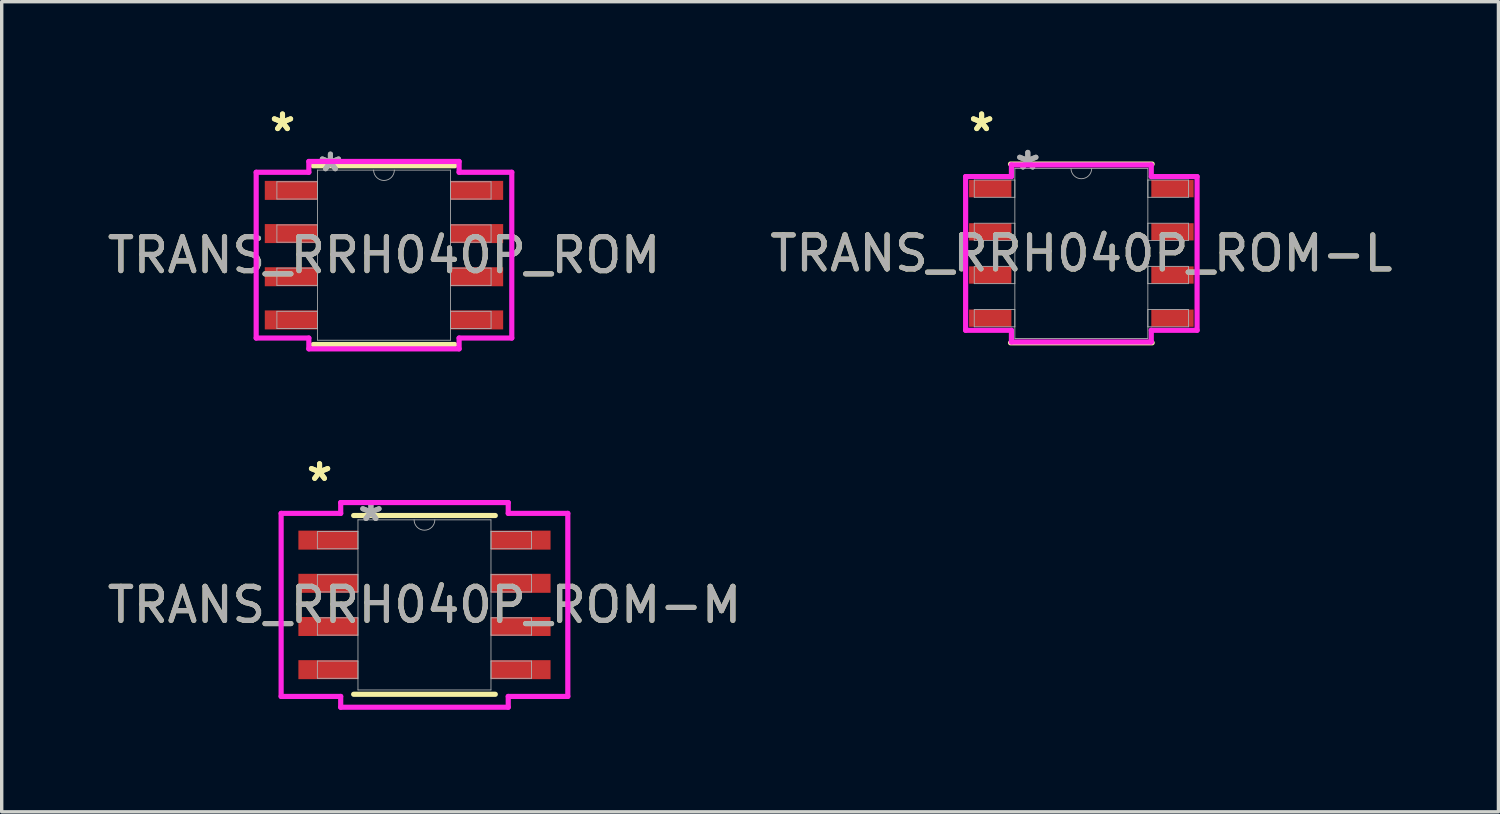
<source format=kicad_pcb>
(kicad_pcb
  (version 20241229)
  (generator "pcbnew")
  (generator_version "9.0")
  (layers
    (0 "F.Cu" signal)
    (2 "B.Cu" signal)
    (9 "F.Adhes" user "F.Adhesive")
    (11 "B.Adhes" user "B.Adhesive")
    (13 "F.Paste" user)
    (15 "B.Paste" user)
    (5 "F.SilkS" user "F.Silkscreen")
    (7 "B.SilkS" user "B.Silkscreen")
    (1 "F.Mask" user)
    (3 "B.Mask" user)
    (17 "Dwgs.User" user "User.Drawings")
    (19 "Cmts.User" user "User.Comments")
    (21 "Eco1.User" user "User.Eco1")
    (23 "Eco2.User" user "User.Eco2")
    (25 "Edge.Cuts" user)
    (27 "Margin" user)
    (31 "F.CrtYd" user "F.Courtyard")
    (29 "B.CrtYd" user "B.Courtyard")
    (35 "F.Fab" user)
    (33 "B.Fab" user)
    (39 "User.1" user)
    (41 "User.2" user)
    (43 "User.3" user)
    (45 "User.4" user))
  (footprint "TRANS_RRH040P_ROM-M"
    (layer "F.Cu")
    (at 9.435 14.742)
    (property "Reference" "TRANS_RRH040P_ROM-M" (at 0 0 0) (unlocked yes) (layer "F.SilkS") (effects (font (size 1 1) (thickness 0.15))))
    (attr smd)
    (fp_line (start -2.083 2.629) (end 2.083 2.629) (stroke (width 0.152) (type solid)) (layer "F.SilkS"))
    (fp_line (start 2.083 -2.629) (end -2.083 -2.629) (stroke (width 0.152) (type solid)) (layer "F.SilkS"))
    (fp_line (start -4.216 -2.692) (end -2.464 -2.692) (stroke (width 0.152) (type solid)) (layer "F.CrtYd"))
    (fp_line (start -4.216 2.692) (end -4.216 -2.692) (stroke (width 0.152) (type solid)) (layer "F.CrtYd"))
    (fp_line (start -4.216 2.692) (end -2.464 2.692) (stroke (width 0.152) (type solid)) (layer "F.CrtYd"))
    (fp_line (start -2.464 -3.01) (end 2.464 -3.01) (stroke (width 0.152) (type solid)) (layer "F.CrtYd"))
    (fp_line (start -2.464 -2.692) (end -2.464 -3.01) (stroke (width 0.152) (type solid)) (layer "F.CrtYd"))
    (fp_line (start -2.464 3.01) (end -2.464 2.692) (stroke (width 0.152) (type solid)) (layer "F.CrtYd"))
    (fp_line (start 2.464 -3.01) (end 2.464 -2.692) (stroke (width 0.152) (type solid)) (layer "F.CrtYd"))
    (fp_line (start 2.464 2.692) (end 2.464 3.01) (stroke (width 0.152) (type solid)) (layer "F.CrtYd"))
    (fp_line (start 2.464 3.01) (end -2.464 3.01) (stroke (width 0.152) (type solid)) (layer "F.CrtYd"))
    (fp_line (start 4.216 -2.692) (end 2.464 -2.692) (stroke (width 0.152) (type solid)) (layer "F.CrtYd"))
    (fp_line (start 4.216 -2.692) (end 4.216 2.692) (stroke (width 0.152) (type solid)) (layer "F.CrtYd"))
    (fp_line (start 4.216 2.692) (end 2.464 2.692) (stroke (width 0.152) (type solid)) (layer "F.CrtYd"))
    (fp_line (start -3.15 -2.159) (end -3.15 -1.651) (stroke (width 0.025) (type solid)) (layer "F.Fab"))
    (fp_line (start -3.15 -1.651) (end -1.956 -1.651) (stroke (width 0.025) (type solid)) (layer "F.Fab"))
    (fp_line (start -3.15 -0.889) (end -3.15 -0.381) (stroke (width 0.025) (type solid)) (layer "F.Fab"))
    (fp_line (start -3.15 -0.381) (end -1.956 -0.381) (stroke (width 0.025) (type solid)) (layer "F.Fab"))
    (fp_line (start -3.15 0.381) (end -3.15 0.889) (stroke (width 0.025) (type solid)) (layer "F.Fab"))
    (fp_line (start -3.15 0.889) (end -1.956 0.889) (stroke (width 0.025) (type solid)) (layer "F.Fab"))
    (fp_line (start -3.15 1.651) (end -3.15 2.159) (stroke (width 0.025) (type solid)) (layer "F.Fab"))
    (fp_line (start -3.15 2.159) (end -1.956 2.159) (stroke (width 0.025) (type solid)) (layer "F.Fab"))
    (fp_line (start -1.956 -2.502) (end -1.956 2.502) (stroke (width 0.025) (type solid)) (layer "F.Fab"))
    (fp_line (start -1.956 -2.159) (end -3.15 -2.159) (stroke (width 0.025) (type solid)) (layer "F.Fab"))
    (fp_line (start -1.956 -1.651) (end -1.956 -2.159) (stroke (width 0.025) (type solid)) (layer "F.Fab"))
    (fp_line (start -1.956 -0.889) (end -3.15 -0.889) (stroke (width 0.025) (type solid)) (layer "F.Fab"))
    (fp_line (start -1.956 -0.381) (end -1.956 -0.889) (stroke (width 0.025) (type solid)) (layer "F.Fab"))
    (fp_line (start -1.956 0.381) (end -3.15 0.381) (stroke (width 0.025) (type solid)) (layer "F.Fab"))
    (fp_line (start -1.956 0.889) (end -1.956 0.381) (stroke (width 0.025) (type solid)) (layer "F.Fab"))
    (fp_line (start -1.956 1.651) (end -3.15 1.651) (stroke (width 0.025) (type solid)) (layer "F.Fab"))
    (fp_line (start -1.956 2.159) (end -1.956 1.651) (stroke (width 0.025) (type solid)) (layer "F.Fab"))
    (fp_line (start -1.956 2.502) (end 1.956 2.502) (stroke (width 0.025) (type solid)) (layer "F.Fab"))
    (fp_line (start 1.956 -2.502) (end -1.956 -2.502) (stroke (width 0.025) (type solid)) (layer "F.Fab"))
    (fp_line (start 1.956 -2.159) (end 1.956 -1.651) (stroke (width 0.025) (type solid)) (layer "F.Fab"))
    (fp_line (start 1.956 -1.651) (end 3.15 -1.651) (stroke (width 0.025) (type solid)) (layer "F.Fab"))
    (fp_line (start 1.956 -0.889) (end 1.956 -0.381) (stroke (width 0.025) (type solid)) (layer "F.Fab"))
    (fp_line (start 1.956 -0.381) (end 3.15 -0.381) (stroke (width 0.025) (type solid)) (layer "F.Fab"))
    (fp_line (start 1.956 0.381) (end 1.956 0.889) (stroke (width 0.025) (type solid)) (layer "F.Fab"))
    (fp_line (start 1.956 0.889) (end 3.15 0.889) (stroke (width 0.025) (type solid)) (layer "F.Fab"))
    (fp_line (start 1.956 1.651) (end 1.956 2.159) (stroke (width 0.025) (type solid)) (layer "F.Fab"))
    (fp_line (start 1.956 2.159) (end 3.15 2.159) (stroke (width 0.025) (type solid)) (layer "F.Fab"))
    (fp_line (start 1.956 2.502) (end 1.956 -2.502) (stroke (width 0.025) (type solid)) (layer "F.Fab"))
    (fp_line (start 3.15 -2.159) (end 1.956 -2.159) (stroke (width 0.025) (type solid)) (layer "F.Fab"))
    (fp_line (start 3.15 -1.651) (end 3.15 -2.159) (stroke (width 0.025) (type solid)) (layer "F.Fab"))
    (fp_line (start 3.15 -0.889) (end 1.956 -0.889) (stroke (width 0.025) (type solid)) (layer "F.Fab"))
    (fp_line (start 3.15 -0.381) (end 3.15 -0.889) (stroke (width 0.025) (type solid)) (layer "F.Fab"))
    (fp_line (start 3.15 0.381) (end 1.956 0.381) (stroke (width 0.025) (type solid)) (layer "F.Fab"))
    (fp_line (start 3.15 0.889) (end 3.15 0.381) (stroke (width 0.025) (type solid)) (layer "F.Fab"))
    (fp_line (start 3.15 1.651) (end 1.956 1.651) (stroke (width 0.025) (type solid)) (layer "F.Fab"))
    (fp_line (start 3.15 2.159) (end 3.15 1.651) (stroke (width 0.025) (type solid)) (layer "F.Fab"))
    (fp_arc (start 0.3048 -2.5019) (mid 0 -2.1971) (end -0.3048 -2.5019) (stroke (width 0.0254) (type solid)) (layer "F.Fab"))
    (fp_text user "*" (at -3.086 -3.607 0) (unlocked yes) (layer "F.SilkS") (effects (font (size 1 1) (thickness 0.15))))
    (fp_text user "*" (at -3.086 -3.607 0) (layer "F.SilkS") (effects (font (size 1 1) (thickness 0.15))))
    (fp_text user "${REFERENCE}" (at 0 0 0) (unlocked yes) (layer "F.Fab") (effects (font (size 1 1) (thickness 0.15))))
    (fp_text user "*" (at -1.575 -2.426 0) (unlocked yes) (layer "F.Fab") (effects (font (size 1 1) (thickness 0.15))))
    (fp_text user "*" (at -1.575 -2.426 0) (layer "F.Fab") (effects (font (size 1 1) (thickness 0.15))))
    (pad "1" smd rect (at -2.832 -1.905) (size 1.753 0.559) (layers "F.Cu" "F.Mask" "F.Paste"))
    (pad "2" smd rect (at -2.832 -0.635) (size 1.753 0.559) (layers "F.Cu" "F.Mask" "F.Paste"))
    (pad "3" smd rect (at -2.832 0.635) (size 1.753 0.559) (layers "F.Cu" "F.Mask" "F.Paste"))
    (pad "4" smd rect (at -2.832 1.905) (size 1.753 0.559) (layers "F.Cu" "F.Mask" "F.Paste"))
    (pad "5" smd rect (at 2.832 1.905) (size 1.753 0.559) (layers "F.Cu" "F.Mask" "F.Paste"))
    (pad "6" smd rect (at 2.832 0.635) (size 1.753 0.559) (layers "F.Cu" "F.Mask" "F.Paste"))
    (pad "7" smd rect (at 2.832 -0.635) (size 1.753 0.559) (layers "F.Cu" "F.Mask" "F.Paste"))
    (pad "8" smd rect (at 2.832 -1.905) (size 1.753 0.559) (layers "F.Cu" "F.Mask" "F.Paste")))
  (footprint "TRANS_RRH040P_ROM"
    (layer "F.Cu")
    (at 8.244 4.455)
    (property "Reference" "TRANS_RRH040P_ROM" (at 0 0 0) (unlocked yes) (layer "F.SilkS") (effects (font (size 1 1) (thickness 0.15))))
    (attr smd)
    (fp_line (start -2.083 2.629) (end 2.083 2.629) (stroke (width 0.152) (type solid)) (layer "F.SilkS"))
    (fp_line (start 2.083 -2.629) (end -2.083 -2.629) (stroke (width 0.152) (type solid)) (layer "F.SilkS"))
    (fp_line (start -3.759 -2.438) (end -2.21 -2.438) (stroke (width 0.152) (type solid)) (layer "F.CrtYd"))
    (fp_line (start -3.759 2.438) (end -3.759 -2.438) (stroke (width 0.152) (type solid)) (layer "F.CrtYd"))
    (fp_line (start -3.759 2.438) (end -2.21 2.438) (stroke (width 0.152) (type solid)) (layer "F.CrtYd"))
    (fp_line (start -2.21 -2.756) (end 2.21 -2.756) (stroke (width 0.152) (type solid)) (layer "F.CrtYd"))
    (fp_line (start -2.21 -2.438) (end -2.21 -2.756) (stroke (width 0.152) (type solid)) (layer "F.CrtYd"))
    (fp_line (start -2.21 2.756) (end -2.21 2.438) (stroke (width 0.152) (type solid)) (layer "F.CrtYd"))
    (fp_line (start 2.21 -2.756) (end 2.21 -2.438) (stroke (width 0.152) (type solid)) (layer "F.CrtYd"))
    (fp_line (start 2.21 2.438) (end 2.21 2.756) (stroke (width 0.152) (type solid)) (layer "F.CrtYd"))
    (fp_line (start 2.21 2.756) (end -2.21 2.756) (stroke (width 0.152) (type solid)) (layer "F.CrtYd"))
    (fp_line (start 3.759 -2.438) (end 2.21 -2.438) (stroke (width 0.152) (type solid)) (layer "F.CrtYd"))
    (fp_line (start 3.759 -2.438) (end 3.759 2.438) (stroke (width 0.152) (type solid)) (layer "F.CrtYd"))
    (fp_line (start 3.759 2.438) (end 2.21 2.438) (stroke (width 0.152) (type solid)) (layer "F.CrtYd"))
    (fp_line (start -3.15 -2.159) (end -3.15 -1.651) (stroke (width 0.025) (type solid)) (layer "F.Fab"))
    (fp_line (start -3.15 -1.651) (end -1.956 -1.651) (stroke (width 0.025) (type solid)) (layer "F.Fab"))
    (fp_line (start -3.15 -0.889) (end -3.15 -0.381) (stroke (width 0.025) (type solid)) (layer "F.Fab"))
    (fp_line (start -3.15 -0.381) (end -1.956 -0.381) (stroke (width 0.025) (type solid)) (layer "F.Fab"))
    (fp_line (start -3.15 0.381) (end -3.15 0.889) (stroke (width 0.025) (type solid)) (layer "F.Fab"))
    (fp_line (start -3.15 0.889) (end -1.956 0.889) (stroke (width 0.025) (type solid)) (layer "F.Fab"))
    (fp_line (start -3.15 1.651) (end -3.15 2.159) (stroke (width 0.025) (type solid)) (layer "F.Fab"))
    (fp_line (start -3.15 2.159) (end -1.956 2.159) (stroke (width 0.025) (type solid)) (layer "F.Fab"))
    (fp_line (start -1.956 -2.502) (end -1.956 2.502) (stroke (width 0.025) (type solid)) (layer "F.Fab"))
    (fp_line (start -1.956 -2.159) (end -3.15 -2.159) (stroke (width 0.025) (type solid)) (layer "F.Fab"))
    (fp_line (start -1.956 -1.651) (end -1.956 -2.159) (stroke (width 0.025) (type solid)) (layer "F.Fab"))
    (fp_line (start -1.956 -0.889) (end -3.15 -0.889) (stroke (width 0.025) (type solid)) (layer "F.Fab"))
    (fp_line (start -1.956 -0.381) (end -1.956 -0.889) (stroke (width 0.025) (type solid)) (layer "F.Fab"))
    (fp_line (start -1.956 0.381) (end -3.15 0.381) (stroke (width 0.025) (type solid)) (layer "F.Fab"))
    (fp_line (start -1.956 0.889) (end -1.956 0.381) (stroke (width 0.025) (type solid)) (layer "F.Fab"))
    (fp_line (start -1.956 1.651) (end -3.15 1.651) (stroke (width 0.025) (type solid)) (layer "F.Fab"))
    (fp_line (start -1.956 2.159) (end -1.956 1.651) (stroke (width 0.025) (type solid)) (layer "F.Fab"))
    (fp_line (start -1.956 2.502) (end 1.956 2.502) (stroke (width 0.025) (type solid)) (layer "F.Fab"))
    (fp_line (start 1.956 -2.502) (end -1.956 -2.502) (stroke (width 0.025) (type solid)) (layer "F.Fab"))
    (fp_line (start 1.956 -2.159) (end 1.956 -1.651) (stroke (width 0.025) (type solid)) (layer "F.Fab"))
    (fp_line (start 1.956 -1.651) (end 3.15 -1.651) (stroke (width 0.025) (type solid)) (layer "F.Fab"))
    (fp_line (start 1.956 -0.889) (end 1.956 -0.381) (stroke (width 0.025) (type solid)) (layer "F.Fab"))
    (fp_line (start 1.956 -0.381) (end 3.15 -0.381) (stroke (width 0.025) (type solid)) (layer "F.Fab"))
    (fp_line (start 1.956 0.381) (end 1.956 0.889) (stroke (width 0.025) (type solid)) (layer "F.Fab"))
    (fp_line (start 1.956 0.889) (end 3.15 0.889) (stroke (width 0.025) (type solid)) (layer "F.Fab"))
    (fp_line (start 1.956 1.651) (end 1.956 2.159) (stroke (width 0.025) (type solid)) (layer "F.Fab"))
    (fp_line (start 1.956 2.159) (end 3.15 2.159) (stroke (width 0.025) (type solid)) (layer "F.Fab"))
    (fp_line (start 1.956 2.502) (end 1.956 -2.502) (stroke (width 0.025) (type solid)) (layer "F.Fab"))
    (fp_line (start 3.15 -2.159) (end 1.956 -2.159) (stroke (width 0.025) (type solid)) (layer "F.Fab"))
    (fp_line (start 3.15 -1.651) (end 3.15 -2.159) (stroke (width 0.025) (type solid)) (layer "F.Fab"))
    (fp_line (start 3.15 -0.889) (end 1.956 -0.889) (stroke (width 0.025) (type solid)) (layer "F.Fab"))
    (fp_line (start 3.15 -0.381) (end 3.15 -0.889) (stroke (width 0.025) (type solid)) (layer "F.Fab"))
    (fp_line (start 3.15 0.381) (end 1.956 0.381) (stroke (width 0.025) (type solid)) (layer "F.Fab"))
    (fp_line (start 3.15 0.889) (end 3.15 0.381) (stroke (width 0.025) (type solid)) (layer "F.Fab"))
    (fp_line (start 3.15 1.651) (end 1.956 1.651) (stroke (width 0.025) (type solid)) (layer "F.Fab"))
    (fp_line (start 3.15 2.159) (end 3.15 1.651) (stroke (width 0.025) (type solid)) (layer "F.Fab"))
    (fp_arc (start 0.3048 -2.5019) (mid 0 -2.1971) (end -0.3048 -2.5019) (stroke (width 0.0254) (type solid)) (layer "F.Fab"))
    (fp_text user "*" (at -2.985 -3.607 0) (unlocked yes) (layer "F.SilkS") (effects (font (size 1 1) (thickness 0.15))))
    (fp_text user "*" (at -2.985 -3.607 0) (layer "F.SilkS") (effects (font (size 1 1) (thickness 0.15))))
    (fp_text user "*" (at -1.575 -2.426 0) (unlocked yes) (layer "F.Fab") (effects (font (size 1 1) (thickness 0.15))))
    (fp_text user "*" (at -1.575 -2.426 0) (layer "F.Fab") (effects (font (size 1 1) (thickness 0.15))))
    (fp_text user "${REFERENCE}" (at 0 0 0) (unlocked yes) (layer "F.Fab") (effects (font (size 1 1) (thickness 0.15))))
    (pad "1" smd rect (at -2.731 -1.905) (size 1.549 0.559) (layers "F.Cu" "F.Mask" "F.Paste"))
    (pad "2" smd rect (at -2.731 -0.635) (size 1.549 0.559) (layers "F.Cu" "F.Mask" "F.Paste"))
    (pad "3" smd rect (at -2.731 0.635) (size 1.549 0.559) (layers "F.Cu" "F.Mask" "F.Paste"))
    (pad "4" smd rect (at -2.731 1.905) (size 1.549 0.559) (layers "F.Cu" "F.Mask" "F.Paste"))
    (pad "5" smd rect (at 2.731 1.905) (size 1.549 0.559) (layers "F.Cu" "F.Mask" "F.Paste"))
    (pad "6" smd rect (at 2.731 0.635) (size 1.549 0.559) (layers "F.Cu" "F.Mask" "F.Paste"))
    (pad "7" smd rect (at 2.731 -0.635) (size 1.549 0.559) (layers "F.Cu" "F.Mask" "F.Paste"))
    (pad "8" smd rect (at 2.731 -1.905) (size 1.549 0.559) (layers "F.Cu" "F.Mask" "F.Paste")))
  (footprint "TRANS_RRH040P_ROM-L"
    (layer "F.Cu")
    (at 28.756 4.404)
    (property "Reference" "TRANS_RRH040P_ROM-L" (at 0 0 0) (unlocked yes) (layer "F.SilkS") (effects (font (size 1 1) (thickness 0.15))))
    (attr smd)
    (fp_line (start -2.083 2.629) (end 2.083 2.629) (stroke (width 0.152) (type solid)) (layer "F.SilkS"))
    (fp_line (start 2.083 -2.629) (end -2.083 -2.629) (stroke (width 0.152) (type solid)) (layer "F.SilkS"))
    (fp_line (start -3.404 -2.261) (end -2.057 -2.261) (stroke (width 0.152) (type solid)) (layer "F.CrtYd"))
    (fp_line (start -3.404 2.261) (end -3.404 -2.261) (stroke (width 0.152) (type solid)) (layer "F.CrtYd"))
    (fp_line (start -3.404 2.261) (end -2.057 2.261) (stroke (width 0.152) (type solid)) (layer "F.CrtYd"))
    (fp_line (start -2.057 -2.603) (end 2.057 -2.603) (stroke (width 0.152) (type solid)) (layer "F.CrtYd"))
    (fp_line (start -2.057 -2.261) (end -2.057 -2.603) (stroke (width 0.152) (type solid)) (layer "F.CrtYd"))
    (fp_line (start -2.057 2.603) (end -2.057 2.261) (stroke (width 0.152) (type solid)) (layer "F.CrtYd"))
    (fp_line (start 2.057 -2.603) (end 2.057 -2.261) (stroke (width 0.152) (type solid)) (layer "F.CrtYd"))
    (fp_line (start 2.057 2.261) (end 2.057 2.603) (stroke (width 0.152) (type solid)) (layer "F.CrtYd"))
    (fp_line (start 2.057 2.603) (end -2.057 2.603) (stroke (width 0.152) (type solid)) (layer "F.CrtYd"))
    (fp_line (start 3.404 -2.261) (end 2.057 -2.261) (stroke (width 0.152) (type solid)) (layer "F.CrtYd"))
    (fp_line (start 3.404 -2.261) (end 3.404 2.261) (stroke (width 0.152) (type solid)) (layer "F.CrtYd"))
    (fp_line (start 3.404 2.261) (end 2.057 2.261) (stroke (width 0.152) (type solid)) (layer "F.CrtYd"))
    (fp_line (start -3.15 -2.159) (end -3.15 -1.651) (stroke (width 0.025) (type solid)) (layer "F.Fab"))
    (fp_line (start -3.15 -1.651) (end -1.956 -1.651) (stroke (width 0.025) (type solid)) (layer "F.Fab"))
    (fp_line (start -3.15 -0.889) (end -3.15 -0.381) (stroke (width 0.025) (type solid)) (layer "F.Fab"))
    (fp_line (start -3.15 -0.381) (end -1.956 -0.381) (stroke (width 0.025) (type solid)) (layer "F.Fab"))
    (fp_line (start -3.15 0.381) (end -3.15 0.889) (stroke (width 0.025) (type solid)) (layer "F.Fab"))
    (fp_line (start -3.15 0.889) (end -1.956 0.889) (stroke (width 0.025) (type solid)) (layer "F.Fab"))
    (fp_line (start -3.15 1.651) (end -3.15 2.159) (stroke (width 0.025) (type solid)) (layer "F.Fab"))
    (fp_line (start -3.15 2.159) (end -1.956 2.159) (stroke (width 0.025) (type solid)) (layer "F.Fab"))
    (fp_line (start -1.956 -2.502) (end -1.956 2.502) (stroke (width 0.025) (type solid)) (layer "F.Fab"))
    (fp_line (start -1.956 -2.159) (end -3.15 -2.159) (stroke (width 0.025) (type solid)) (layer "F.Fab"))
    (fp_line (start -1.956 -1.651) (end -1.956 -2.159) (stroke (width 0.025) (type solid)) (layer "F.Fab"))
    (fp_line (start -1.956 -0.889) (end -3.15 -0.889) (stroke (width 0.025) (type solid)) (layer "F.Fab"))
    (fp_line (start -1.956 -0.381) (end -1.956 -0.889) (stroke (width 0.025) (type solid)) (layer "F.Fab"))
    (fp_line (start -1.956 0.381) (end -3.15 0.381) (stroke (width 0.025) (type solid)) (layer "F.Fab"))
    (fp_line (start -1.956 0.889) (end -1.956 0.381) (stroke (width 0.025) (type solid)) (layer "F.Fab"))
    (fp_line (start -1.956 1.651) (end -3.15 1.651) (stroke (width 0.025) (type solid)) (layer "F.Fab"))
    (fp_line (start -1.956 2.159) (end -1.956 1.651) (stroke (width 0.025) (type solid)) (layer "F.Fab"))
    (fp_line (start -1.956 2.502) (end 1.956 2.502) (stroke (width 0.025) (type solid)) (layer "F.Fab"))
    (fp_line (start 1.956 -2.502) (end -1.956 -2.502) (stroke (width 0.025) (type solid)) (layer "F.Fab"))
    (fp_line (start 1.956 -2.159) (end 1.956 -1.651) (stroke (width 0.025) (type solid)) (layer "F.Fab"))
    (fp_line (start 1.956 -1.651) (end 3.15 -1.651) (stroke (width 0.025) (type solid)) (layer "F.Fab"))
    (fp_line (start 1.956 -0.889) (end 1.956 -0.381) (stroke (width 0.025) (type solid)) (layer "F.Fab"))
    (fp_line (start 1.956 -0.381) (end 3.15 -0.381) (stroke (width 0.025) (type solid)) (layer "F.Fab"))
    (fp_line (start 1.956 0.381) (end 1.956 0.889) (stroke (width 0.025) (type solid)) (layer "F.Fab"))
    (fp_line (start 1.956 0.889) (end 3.15 0.889) (stroke (width 0.025) (type solid)) (layer "F.Fab"))
    (fp_line (start 1.956 1.651) (end 1.956 2.159) (stroke (width 0.025) (type solid)) (layer "F.Fab"))
    (fp_line (start 1.956 2.159) (end 3.15 2.159) (stroke (width 0.025) (type solid)) (layer "F.Fab"))
    (fp_line (start 1.956 2.502) (end 1.956 -2.502) (stroke (width 0.025) (type solid)) (layer "F.Fab"))
    (fp_line (start 3.15 -2.159) (end 1.956 -2.159) (stroke (width 0.025) (type solid)) (layer "F.Fab"))
    (fp_line (start 3.15 -1.651) (end 3.15 -2.159) (stroke (width 0.025) (type solid)) (layer "F.Fab"))
    (fp_line (start 3.15 -0.889) (end 1.956 -0.889) (stroke (width 0.025) (type solid)) (layer "F.Fab"))
    (fp_line (start 3.15 -0.381) (end 3.15 -0.889) (stroke (width 0.025) (type solid)) (layer "F.Fab"))
    (fp_line (start 3.15 0.381) (end 1.956 0.381) (stroke (width 0.025) (type solid)) (layer "F.Fab"))
    (fp_line (start 3.15 0.889) (end 3.15 0.381) (stroke (width 0.025) (type solid)) (layer "F.Fab"))
    (fp_line (start 3.15 1.651) (end 1.956 1.651) (stroke (width 0.025) (type solid)) (layer "F.Fab"))
    (fp_line (start 3.15 2.159) (end 3.15 1.651) (stroke (width 0.025) (type solid)) (layer "F.Fab"))
    (fp_arc (start 0.3048 -2.5019) (mid 0 -2.1971) (end -0.3048 -2.5019) (stroke (width 0.0254) (type solid)) (layer "F.Fab"))
    (fp_text user "*" (at -2.934 -3.556 0) (unlocked yes) (layer "F.SilkS") (effects (font (size 1 1) (thickness 0.15))))
    (fp_text user "*" (at -2.934 -3.556 0) (layer "F.SilkS") (effects (font (size 1 1) (thickness 0.15))))
    (fp_text user "*" (at -1.575 -2.426 0) (unlocked yes) (layer "F.Fab") (effects (font (size 1 1) (thickness 0.15))))
    (fp_text user "${REFERENCE}" (at 0 0 0) (unlocked yes) (layer "F.Fab") (effects (font (size 1 1) (thickness 0.15))))
    (fp_text user "*" (at -1.575 -2.426 0) (layer "F.Fab") (effects (font (size 1 1) (thickness 0.15))))
    (pad "1" smd rect (at -2.68 -1.905) (size 1.245 0.508) (layers "F.Cu" "F.Mask" "F.Paste"))
    (pad "2" smd rect (at -2.68 -0.635) (size 1.245 0.508) (layers "F.Cu" "F.Mask" "F.Paste"))
    (pad "3" smd rect (at -2.68 0.635) (size 1.245 0.508) (layers "F.Cu" "F.Mask" "F.Paste"))
    (pad "4" smd rect (at -2.68 1.905) (size 1.245 0.508) (layers "F.Cu" "F.Mask" "F.Paste"))
    (pad "5" smd rect (at 2.68 1.905) (size 1.245 0.508) (layers "F.Cu" "F.Mask" "F.Paste"))
    (pad "6" smd rect (at 2.68 0.635) (size 1.245 0.508) (layers "F.Cu" "F.Mask" "F.Paste"))
    (pad "7" smd rect (at 2.68 -0.635) (size 1.245 0.508) (layers "F.Cu" "F.Mask" "F.Paste"))
    (pad "8" smd rect (at 2.68 -1.905) (size 1.245 0.508) (layers "F.Cu" "F.Mask" "F.Paste")))
  (gr_rect
    (start -3 -3)
    (end 41.024 20.828)
    (stroke (width 0.1) (type default))
    (fill no)
    (layer "Edge.Cuts")))
</source>
